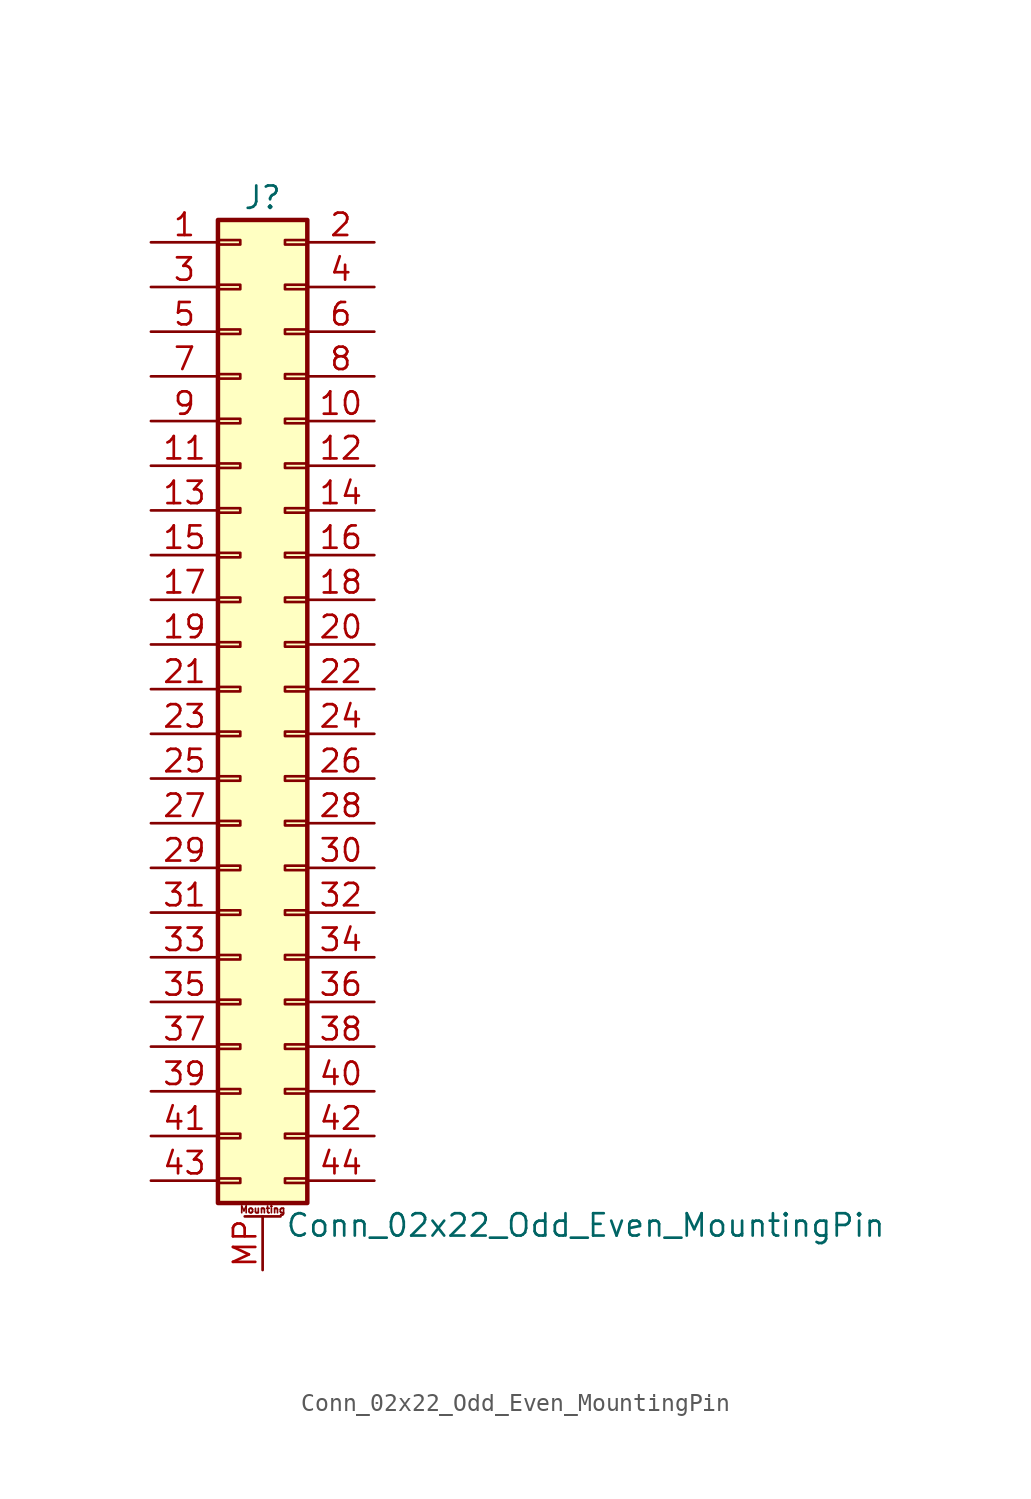
<source format=kicad_sym>
(kicad_symbol_lib
  (version 20201005)
  (generator kicad_symbol_editor)
  (symbol "Conn_02x22_Odd_Even_MountingPin"
    (pin_names
      (offset 1.016) hide)
    (property "Reference" "J"
      (at 1.27 27.94 0)
      (effects (font (size 1.27 1.27))))
    (property "Value" "Conn_02x22_Odd_Even_MountingPin"
      (at 2.54 -30.48 0)
      (effects (font (size 1.27 1.27)) (justify left)))
    (symbol "Conn_02x22_Odd_Even_MountingPin_1_1"
      (text "Mounting" (at 1.27 -29.591 0) (effects (font (size 0.381 0.381))))
      (rectangle (start -1.27 -27.813) (end 0 -28.067) (stroke (width 0.152)) (fill (type none)))
      (rectangle (start -1.27 -25.273) (end 0 -25.527) (stroke (width 0.152)) (fill (type none)))
      (rectangle (start -1.27 -22.733) (end 0 -22.987) (stroke (width 0.152)) (fill (type none)))
      (rectangle (start -1.27 -20.193) (end 0 -20.447) (stroke (width 0.152)) (fill (type none)))
      (rectangle (start -1.27 -17.653) (end 0 -17.907) (stroke (width 0.152)) (fill (type none)))
      (rectangle (start -1.27 -15.113) (end 0 -15.367) (stroke (width 0.152)) (fill (type none)))
      (rectangle (start -1.27 -12.573) (end 0 -12.827) (stroke (width 0.152)) (fill (type none)))
      (rectangle (start -1.27 -10.033) (end 0 -10.287) (stroke (width 0.152)) (fill (type none)))
      (rectangle (start -1.27 -7.493) (end 0 -7.747) (stroke (width 0.152)) (fill (type none)))
      (rectangle (start -1.27 -4.953) (end 0 -5.207) (stroke (width 0.152)) (fill (type none)))
      (rectangle (start -1.27 -2.413) (end 0 -2.667) (stroke (width 0.152)) (fill (type none)))
      (rectangle (start -1.27 0.127) (end 0 -0.127) (stroke (width 0.152)) (fill (type none)))
      (rectangle (start -1.27 2.667) (end 0 2.413) (stroke (width 0.152)) (fill (type none)))
      (rectangle (start -1.27 5.207) (end 0 4.953) (stroke (width 0.152)) (fill (type none)))
      (rectangle (start -1.27 7.747) (end 0 7.493) (stroke (width 0.152)) (fill (type none)))
      (rectangle (start -1.27 10.287) (end 0 10.033) (stroke (width 0.152)) (fill (type none)))
      (rectangle (start -1.27 12.827) (end 0 12.573) (stroke (width 0.152)) (fill (type none)))
      (rectangle (start -1.27 15.367) (end 0 15.113) (stroke (width 0.152)) (fill (type none)))
      (rectangle (start -1.27 17.907) (end 0 17.653) (stroke (width 0.152)) (fill (type none)))
      (rectangle (start -1.27 20.447) (end 0 20.193) (stroke (width 0.152)) (fill (type none)))
      (rectangle (start -1.27 22.987) (end 0 22.733) (stroke (width 0.152)) (fill (type none)))
      (rectangle (start -1.27 25.527) (end 0 25.273) (stroke (width 0.152)) (fill (type none)))
      (rectangle (start -1.27 26.67) (end 3.81 -29.21) (stroke (width 0.254)) (fill (type background)))
      (rectangle (start 3.81 -27.813) (end 2.54 -28.067) (stroke (width 0.152)) (fill (type none)))
      (rectangle (start 3.81 -25.273) (end 2.54 -25.527) (stroke (width 0.152)) (fill (type none)))
      (rectangle (start 3.81 -22.733) (end 2.54 -22.987) (stroke (width 0.152)) (fill (type none)))
      (rectangle (start 3.81 -20.193) (end 2.54 -20.447) (stroke (width 0.152)) (fill (type none)))
      (rectangle (start 3.81 -17.653) (end 2.54 -17.907) (stroke (width 0.152)) (fill (type none)))
      (rectangle (start 3.81 -15.113) (end 2.54 -15.367) (stroke (width 0.152)) (fill (type none)))
      (rectangle (start 3.81 -12.573) (end 2.54 -12.827) (stroke (width 0.152)) (fill (type none)))
      (rectangle (start 3.81 -10.033) (end 2.54 -10.287) (stroke (width 0.152)) (fill (type none)))
      (rectangle (start 3.81 -7.493) (end 2.54 -7.747) (stroke (width 0.152)) (fill (type none)))
      (rectangle (start 3.81 -4.953) (end 2.54 -5.207) (stroke (width 0.152)) (fill (type none)))
      (rectangle (start 3.81 -2.413) (end 2.54 -2.667) (stroke (width 0.152)) (fill (type none)))
      (rectangle (start 3.81 0.127) (end 2.54 -0.127) (stroke (width 0.152)) (fill (type none)))
      (rectangle (start 3.81 2.667) (end 2.54 2.413) (stroke (width 0.152)) (fill (type none)))
      (rectangle (start 3.81 5.207) (end 2.54 4.953) (stroke (width 0.152)) (fill (type none)))
      (rectangle (start 3.81 7.747) (end 2.54 7.493) (stroke (width 0.152)) (fill (type none)))
      (rectangle (start 3.81 10.287) (end 2.54 10.033) (stroke (width 0.152)) (fill (type none)))
      (rectangle (start 3.81 12.827) (end 2.54 12.573) (stroke (width 0.152)) (fill (type none)))
      (rectangle (start 3.81 15.367) (end 2.54 15.113) (stroke (width 0.152)) (fill (type none)))
      (rectangle (start 3.81 17.907) (end 2.54 17.653) (stroke (width 0.152)) (fill (type none)))
      (rectangle (start 3.81 20.447) (end 2.54 20.193) (stroke (width 0.152)) (fill (type none)))
      (rectangle (start 3.81 22.987) (end 2.54 22.733) (stroke (width 0.152)) (fill (type none)))
      (rectangle (start 3.81 25.527) (end 2.54 25.273) (stroke (width 0.152)) (fill (type none)))
      (polyline (pts (xy 0.254 -29.972) (xy 2.286 -29.972)) (stroke (width 0.152)) (fill (type none)))
      (pin passive line (at -5.08 25.4 0) (length 3.81) (name "Pin_1" (effects (font (size 1.27 1.27)))) (number "1" (effects (font (size 1.27 1.27)))))
      (pin passive line (at 7.62 15.24 180) (length 3.81) (name "Pin_10" (effects (font (size 1.27 1.27)))) (number "10" (effects (font (size 1.27 1.27)))))
      (pin passive line (at -5.08 12.7 0) (length 3.81) (name "Pin_11" (effects (font (size 1.27 1.27)))) (number "11" (effects (font (size 1.27 1.27)))))
      (pin passive line (at 7.62 12.7 180) (length 3.81) (name "Pin_12" (effects (font (size 1.27 1.27)))) (number "12" (effects (font (size 1.27 1.27)))))
      (pin passive line (at -5.08 10.16 0) (length 3.81) (name "Pin_13" (effects (font (size 1.27 1.27)))) (number "13" (effects (font (size 1.27 1.27)))))
      (pin passive line (at 7.62 10.16 180) (length 3.81) (name "Pin_14" (effects (font (size 1.27 1.27)))) (number "14" (effects (font (size 1.27 1.27)))))
      (pin passive line (at -5.08 7.62 0) (length 3.81) (name "Pin_15" (effects (font (size 1.27 1.27)))) (number "15" (effects (font (size 1.27 1.27)))))
      (pin passive line (at 7.62 7.62 180) (length 3.81) (name "Pin_16" (effects (font (size 1.27 1.27)))) (number "16" (effects (font (size 1.27 1.27)))))
      (pin passive line (at -5.08 5.08 0) (length 3.81) (name "Pin_17" (effects (font (size 1.27 1.27)))) (number "17" (effects (font (size 1.27 1.27)))))
      (pin passive line (at 7.62 5.08 180) (length 3.81) (name "Pin_18" (effects (font (size 1.27 1.27)))) (number "18" (effects (font (size 1.27 1.27)))))
      (pin passive line (at -5.08 2.54 0) (length 3.81) (name "Pin_19" (effects (font (size 1.27 1.27)))) (number "19" (effects (font (size 1.27 1.27)))))
      (pin passive line (at 7.62 25.4 180) (length 3.81) (name "Pin_2" (effects (font (size 1.27 1.27)))) (number "2" (effects (font (size 1.27 1.27)))))
      (pin passive line (at 7.62 2.54 180) (length 3.81) (name "Pin_20" (effects (font (size 1.27 1.27)))) (number "20" (effects (font (size 1.27 1.27)))))
      (pin passive line (at -5.08 0 0) (length 3.81) (name "Pin_21" (effects (font (size 1.27 1.27)))) (number "21" (effects (font (size 1.27 1.27)))))
      (pin passive line (at 7.62 0 180) (length 3.81) (name "Pin_22" (effects (font (size 1.27 1.27)))) (number "22" (effects (font (size 1.27 1.27)))))
      (pin passive line (at -5.08 -2.54 0) (length 3.81) (name "Pin_23" (effects (font (size 1.27 1.27)))) (number "23" (effects (font (size 1.27 1.27)))))
      (pin passive line (at 7.62 -2.54 180) (length 3.81) (name "Pin_24" (effects (font (size 1.27 1.27)))) (number "24" (effects (font (size 1.27 1.27)))))
      (pin passive line (at -5.08 -5.08 0) (length 3.81) (name "Pin_25" (effects (font (size 1.27 1.27)))) (number "25" (effects (font (size 1.27 1.27)))))
      (pin passive line (at 7.62 -5.08 180) (length 3.81) (name "Pin_26" (effects (font (size 1.27 1.27)))) (number "26" (effects (font (size 1.27 1.27)))))
      (pin passive line (at -5.08 -7.62 0) (length 3.81) (name "Pin_27" (effects (font (size 1.27 1.27)))) (number "27" (effects (font (size 1.27 1.27)))))
      (pin passive line (at 7.62 -7.62 180) (length 3.81) (name "Pin_28" (effects (font (size 1.27 1.27)))) (number "28" (effects (font (size 1.27 1.27)))))
      (pin passive line (at -5.08 -10.16 0) (length 3.81) (name "Pin_29" (effects (font (size 1.27 1.27)))) (number "29" (effects (font (size 1.27 1.27)))))
      (pin passive line (at -5.08 22.86 0) (length 3.81) (name "Pin_3" (effects (font (size 1.27 1.27)))) (number "3" (effects (font (size 1.27 1.27)))))
      (pin passive line (at 7.62 -10.16 180) (length 3.81) (name "Pin_30" (effects (font (size 1.27 1.27)))) (number "30" (effects (font (size 1.27 1.27)))))
      (pin passive line (at -5.08 -12.7 0) (length 3.81) (name "Pin_31" (effects (font (size 1.27 1.27)))) (number "31" (effects (font (size 1.27 1.27)))))
      (pin passive line (at 7.62 -12.7 180) (length 3.81) (name "Pin_32" (effects (font (size 1.27 1.27)))) (number "32" (effects (font (size 1.27 1.27)))))
      (pin passive line (at -5.08 -15.24 0) (length 3.81) (name "Pin_33" (effects (font (size 1.27 1.27)))) (number "33" (effects (font (size 1.27 1.27)))))
      (pin passive line (at 7.62 -15.24 180) (length 3.81) (name "Pin_34" (effects (font (size 1.27 1.27)))) (number "34" (effects (font (size 1.27 1.27)))))
      (pin passive line (at -5.08 -17.78 0) (length 3.81) (name "Pin_35" (effects (font (size 1.27 1.27)))) (number "35" (effects (font (size 1.27 1.27)))))
      (pin passive line (at 7.62 -17.78 180) (length 3.81) (name "Pin_36" (effects (font (size 1.27 1.27)))) (number "36" (effects (font (size 1.27 1.27)))))
      (pin passive line (at -5.08 -20.32 0) (length 3.81) (name "Pin_37" (effects (font (size 1.27 1.27)))) (number "37" (effects (font (size 1.27 1.27)))))
      (pin passive line (at 7.62 -20.32 180) (length 3.81) (name "Pin_38" (effects (font (size 1.27 1.27)))) (number "38" (effects (font (size 1.27 1.27)))))
      (pin passive line (at -5.08 -22.86 0) (length 3.81) (name "Pin_39" (effects (font (size 1.27 1.27)))) (number "39" (effects (font (size 1.27 1.27)))))
      (pin passive line (at 7.62 22.86 180) (length 3.81) (name "Pin_4" (effects (font (size 1.27 1.27)))) (number "4" (effects (font (size 1.27 1.27)))))
      (pin passive line (at 7.62 -22.86 180) (length 3.81) (name "Pin_40" (effects (font (size 1.27 1.27)))) (number "40" (effects (font (size 1.27 1.27)))))
      (pin passive line (at -5.08 -25.4 0) (length 3.81) (name "Pin_41" (effects (font (size 1.27 1.27)))) (number "41" (effects (font (size 1.27 1.27)))))
      (pin passive line (at 7.62 -25.4 180) (length 3.81) (name "Pin_42" (effects (font (size 1.27 1.27)))) (number "42" (effects (font (size 1.27 1.27)))))
      (pin passive line (at -5.08 -27.94 0) (length 3.81) (name "Pin_43" (effects (font (size 1.27 1.27)))) (number "43" (effects (font (size 1.27 1.27)))))
      (pin passive line (at 7.62 -27.94 180) (length 3.81) (name "Pin_44" (effects (font (size 1.27 1.27)))) (number "44" (effects (font (size 1.27 1.27)))))
      (pin passive line (at -5.08 20.32 0) (length 3.81) (name "Pin_5" (effects (font (size 1.27 1.27)))) (number "5" (effects (font (size 1.27 1.27)))))
      (pin passive line (at 7.62 20.32 180) (length 3.81) (name "Pin_6" (effects (font (size 1.27 1.27)))) (number "6" (effects (font (size 1.27 1.27)))))
      (pin passive line (at -5.08 17.78 0) (length 3.81) (name "Pin_7" (effects (font (size 1.27 1.27)))) (number "7" (effects (font (size 1.27 1.27)))))
      (pin passive line (at 7.62 17.78 180) (length 3.81) (name "Pin_8" (effects (font (size 1.27 1.27)))) (number "8" (effects (font (size 1.27 1.27)))))
      (pin passive line (at -5.08 15.24 0) (length 3.81) (name "Pin_9" (effects (font (size 1.27 1.27)))) (number "9" (effects (font (size 1.27 1.27)))))
      (pin passive line (at 1.27 -33.02 90) (length 3.048) (name "MountPin" (effects (font (size 1.27 1.27)))) (number "MP" (effects (font (size 1.27 1.27))))))))
</source>
